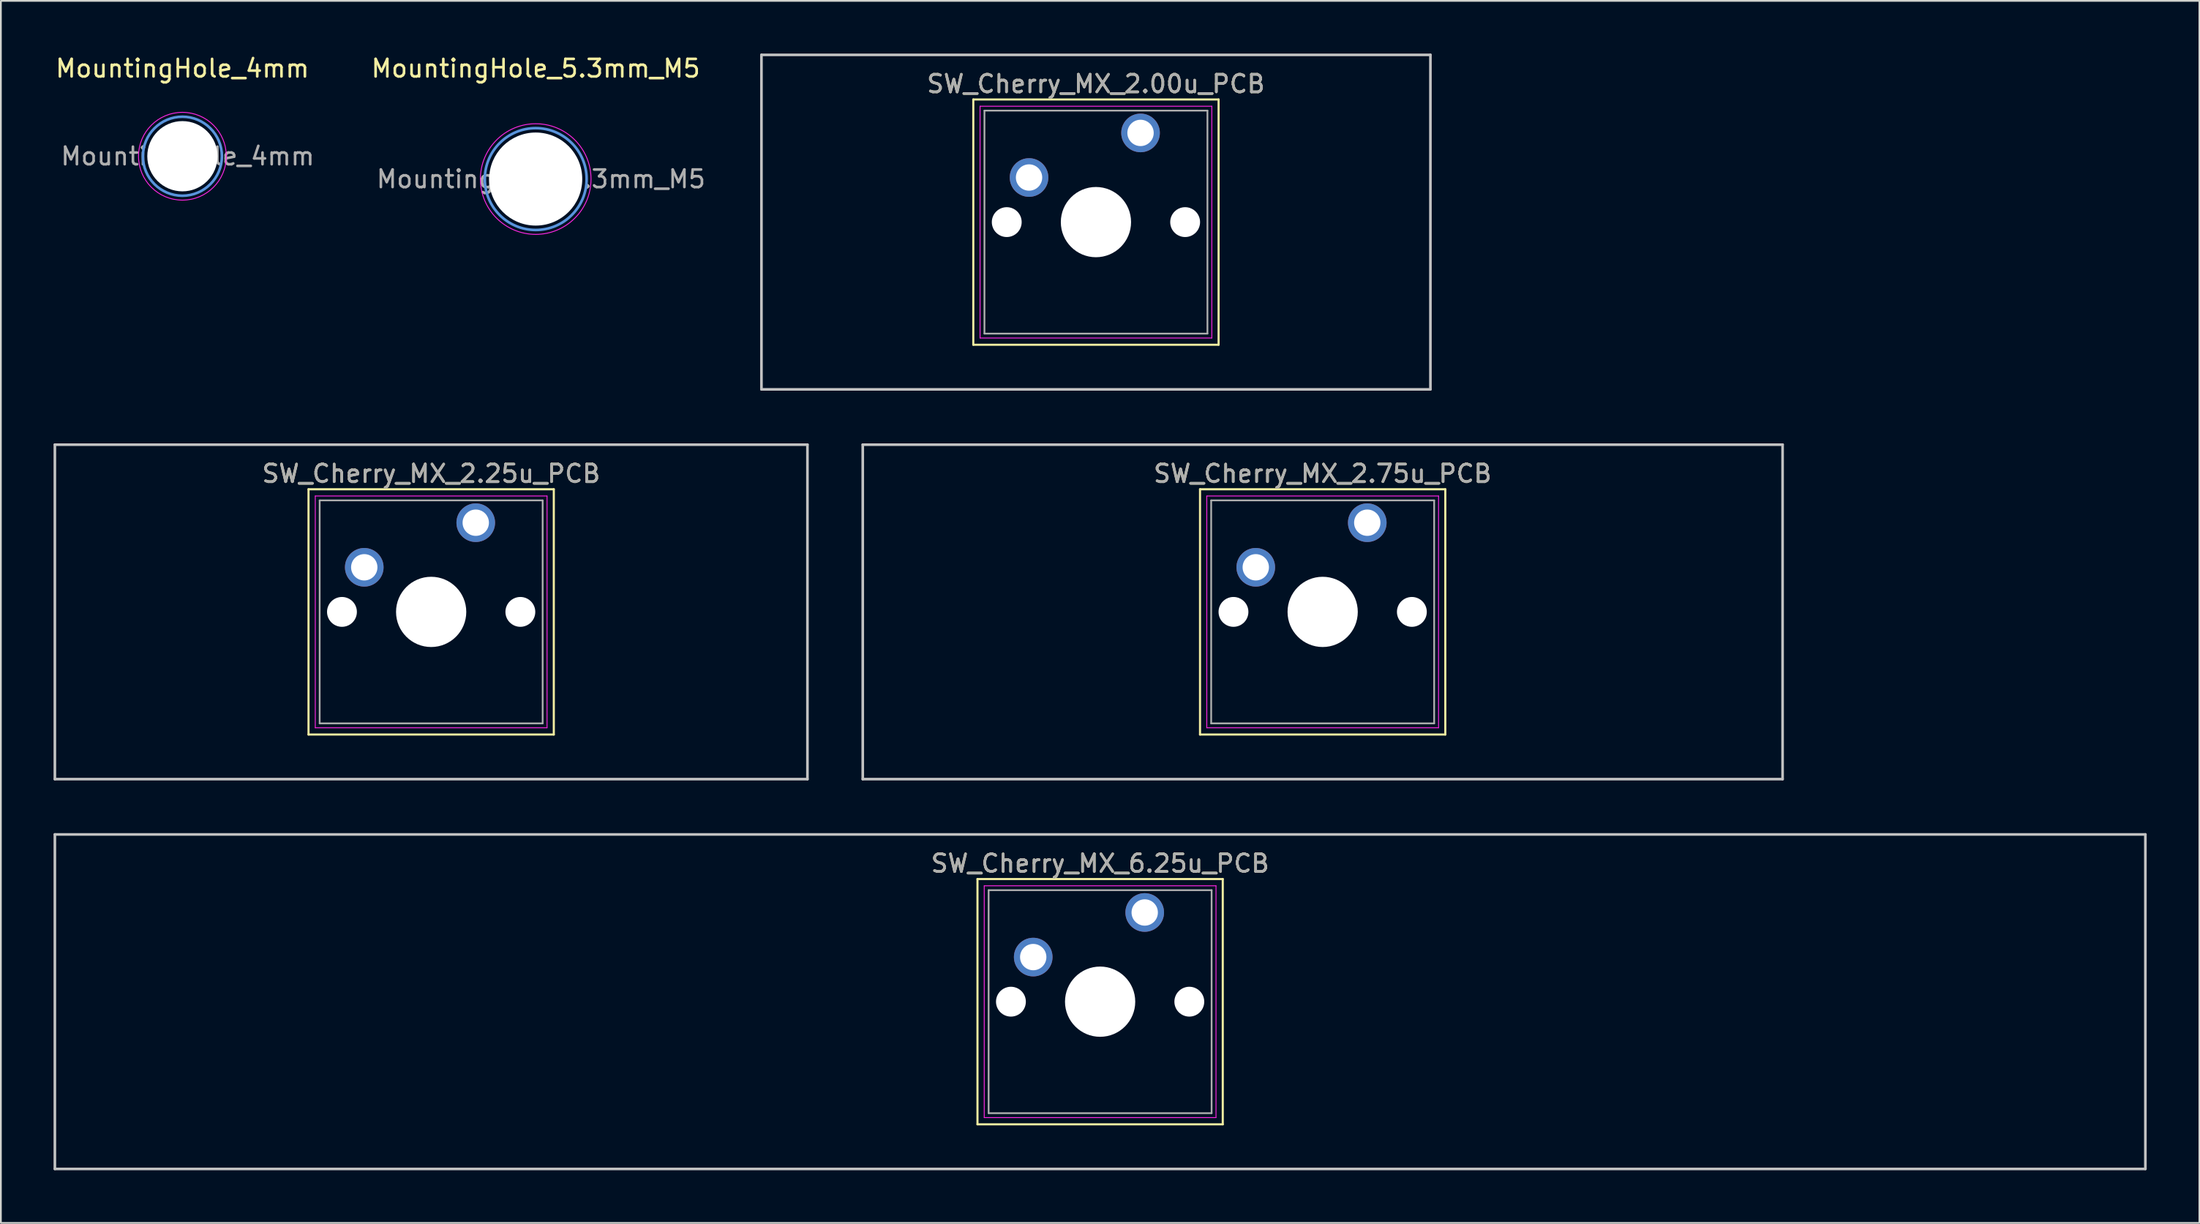
<source format=kicad_pcb>
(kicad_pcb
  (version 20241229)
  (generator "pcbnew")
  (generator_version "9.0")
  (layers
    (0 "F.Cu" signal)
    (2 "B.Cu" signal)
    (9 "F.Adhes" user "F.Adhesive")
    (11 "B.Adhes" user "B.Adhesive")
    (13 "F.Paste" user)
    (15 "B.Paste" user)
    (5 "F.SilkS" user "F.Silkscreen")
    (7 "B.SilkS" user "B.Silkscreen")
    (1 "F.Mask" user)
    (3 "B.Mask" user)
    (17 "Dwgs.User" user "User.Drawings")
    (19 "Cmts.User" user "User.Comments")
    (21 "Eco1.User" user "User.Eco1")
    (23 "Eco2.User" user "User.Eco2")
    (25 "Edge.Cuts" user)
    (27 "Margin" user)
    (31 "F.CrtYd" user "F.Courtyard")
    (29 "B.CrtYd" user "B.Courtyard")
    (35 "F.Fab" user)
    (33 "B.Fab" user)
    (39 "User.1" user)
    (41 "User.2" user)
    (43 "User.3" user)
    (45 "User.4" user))
  (footprint "MountingHole_5.3mm_M5"
    (layer "F.Cu")
    (at 27.461 7.148)
    (property "Reference" "MountingHole_5.3mm_M5" (at 0 -6.3 0) (layer "F.SilkS") (effects (font (size 1 1) (thickness 0.15))))
    (attr exclude_from_pos_files exclude_from_bom)
    (fp_circle (center 0 0) (end 2.9 0) (stroke (width 0.15) (type solid)) (fill no) (layer "Cmts.User"))
    (fp_circle (center 0 0) (end 3.15 0) (stroke (width 0.05) (type solid)) (fill no) (layer "F.CrtYd"))
    (fp_text user "${REFERENCE}" (at 0.3 0 0) (layer "F.Fab") (effects (font (size 1 1) (thickness 0.15))))
    (pad "" np_thru_hole circle (at 0 0) (size 5.3 5.3) (drill 5.3) (layers "*.Cu" "*.Mask")))
  (footprint "SW_Cherry_MX_2.00u_PCB"
    (layer "F.Cu")
    (at 61.908 4.52)
    (property "Reference" "SW_Cherry_MX_2.00u_PCB" (at -2.54 -2.794 0) (layer "F.SilkS") (effects (font (size 1 1) (thickness 0.15))))
    (attr through_hole)
    (fp_line (start -9.525 -1.905) (end 4.445 -1.905) (stroke (width 0.12) (type solid)) (layer "F.SilkS"))
    (fp_line (start -9.525 12.065) (end -9.525 -1.905) (stroke (width 0.12) (type solid)) (layer "F.SilkS"))
    (fp_line (start 4.445 -1.905) (end 4.445 12.065) (stroke (width 0.12) (type solid)) (layer "F.SilkS"))
    (fp_line (start 4.445 12.065) (end -9.525 12.065) (stroke (width 0.12) (type solid)) (layer "F.SilkS"))
    (fp_line (start -21.59 -4.445) (end 16.51 -4.445) (stroke (width 0.15) (type solid)) (layer "Dwgs.User"))
    (fp_line (start -21.59 14.605) (end -21.59 -4.445) (stroke (width 0.15) (type solid)) (layer "Dwgs.User"))
    (fp_line (start 16.51 -4.445) (end 16.51 14.605) (stroke (width 0.15) (type solid)) (layer "Dwgs.User"))
    (fp_line (start 16.51 14.605) (end -21.59 14.605) (stroke (width 0.15) (type solid)) (layer "Dwgs.User"))
    (fp_line (start -9.14 -1.52) (end 4.06 -1.52) (stroke (width 0.05) (type solid)) (layer "F.CrtYd"))
    (fp_line (start -9.14 11.68) (end -9.14 -1.52) (stroke (width 0.05) (type solid)) (layer "F.CrtYd"))
    (fp_line (start 4.06 -1.52) (end 4.06 11.68) (stroke (width 0.05) (type solid)) (layer "F.CrtYd"))
    (fp_line (start 4.06 11.68) (end -9.14 11.68) (stroke (width 0.05) (type solid)) (layer "F.CrtYd"))
    (fp_line (start -8.89 -1.27) (end 3.81 -1.27) (stroke (width 0.1) (type solid)) (layer "F.Fab"))
    (fp_line (start -8.89 11.43) (end -8.89 -1.27) (stroke (width 0.1) (type solid)) (layer "F.Fab"))
    (fp_line (start 3.81 -1.27) (end 3.81 11.43) (stroke (width 0.1) (type solid)) (layer "F.Fab"))
    (fp_line (start 3.81 11.43) (end -8.89 11.43) (stroke (width 0.1) (type solid)) (layer "F.Fab"))
    (fp_text user "${REFERENCE}" (at -2.54 -2.794 0) (layer "F.Fab") (effects (font (size 1 1) (thickness 0.15))))
    (pad "" np_thru_hole circle (at -7.62 5.08) (size 1.7 1.7) (drill 1.7) (layers "*.Cu" "*.Mask"))
    (pad "" np_thru_hole circle (at -2.54 5.08) (size 4 4) (drill 4) (layers "*.Cu" "*.Mask"))
    (pad "" np_thru_hole circle (at 2.54 5.08) (size 1.7 1.7) (drill 1.7) (layers "*.Cu" "*.Mask"))
    (pad "1" thru_hole circle (at 0 0) (size 2.2 2.2) (drill 1.5) (layers "*.Cu" "*.Mask"))
    (pad "2" thru_hole circle (at -6.35 2.54) (size 2.2 2.2) (drill 1.5) (layers "*.Cu" "*.Mask")))
  (footprint "SW_Cherry_MX_2.25u_PCB"
    (layer "F.Cu")
    (at 24.046 26.72)
    (property "Reference" "SW_Cherry_MX_2.25u_PCB" (at -2.54 -2.794 0) (layer "F.SilkS") (effects (font (size 1 1) (thickness 0.15))))
    (attr through_hole)
    (fp_line (start -9.525 -1.905) (end 4.445 -1.905) (stroke (width 0.12) (type solid)) (layer "F.SilkS"))
    (fp_line (start -9.525 12.065) (end -9.525 -1.905) (stroke (width 0.12) (type solid)) (layer "F.SilkS"))
    (fp_line (start 4.445 -1.905) (end 4.445 12.065) (stroke (width 0.12) (type solid)) (layer "F.SilkS"))
    (fp_line (start 4.445 12.065) (end -9.525 12.065) (stroke (width 0.12) (type solid)) (layer "F.SilkS"))
    (fp_line (start -23.971 -4.445) (end 18.891 -4.445) (stroke (width 0.15) (type solid)) (layer "Dwgs.User"))
    (fp_line (start -23.971 14.605) (end -23.971 -4.445) (stroke (width 0.15) (type solid)) (layer "Dwgs.User"))
    (fp_line (start 18.891 -4.445) (end 18.891 14.605) (stroke (width 0.15) (type solid)) (layer "Dwgs.User"))
    (fp_line (start 18.891 14.605) (end -23.971 14.605) (stroke (width 0.15) (type solid)) (layer "Dwgs.User"))
    (fp_line (start -9.14 -1.52) (end 4.06 -1.52) (stroke (width 0.05) (type solid)) (layer "F.CrtYd"))
    (fp_line (start -9.14 11.68) (end -9.14 -1.52) (stroke (width 0.05) (type solid)) (layer "F.CrtYd"))
    (fp_line (start 4.06 -1.52) (end 4.06 11.68) (stroke (width 0.05) (type solid)) (layer "F.CrtYd"))
    (fp_line (start 4.06 11.68) (end -9.14 11.68) (stroke (width 0.05) (type solid)) (layer "F.CrtYd"))
    (fp_line (start -8.89 -1.27) (end 3.81 -1.27) (stroke (width 0.1) (type solid)) (layer "F.Fab"))
    (fp_line (start -8.89 11.43) (end -8.89 -1.27) (stroke (width 0.1) (type solid)) (layer "F.Fab"))
    (fp_line (start 3.81 -1.27) (end 3.81 11.43) (stroke (width 0.1) (type solid)) (layer "F.Fab"))
    (fp_line (start 3.81 11.43) (end -8.89 11.43) (stroke (width 0.1) (type solid)) (layer "F.Fab"))
    (fp_text user "${REFERENCE}" (at -2.54 -2.794 0) (layer "F.Fab") (effects (font (size 1 1) (thickness 0.15))))
    (pad "" np_thru_hole circle (at -7.62 5.08) (size 1.7 1.7) (drill 1.7) (layers "*.Cu" "*.Mask"))
    (pad "" np_thru_hole circle (at -2.54 5.08) (size 4 4) (drill 4) (layers "*.Cu" "*.Mask"))
    (pad "" np_thru_hole circle (at 2.54 5.08) (size 1.7 1.7) (drill 1.7) (layers "*.Cu" "*.Mask"))
    (pad "1" thru_hole circle (at 0 0) (size 2.2 2.2) (drill 1.5) (layers "*.Cu" "*.Mask"))
    (pad "2" thru_hole circle (at -6.35 2.54) (size 2.2 2.2) (drill 1.5) (layers "*.Cu" "*.Mask")))
  (footprint "SW_Cherry_MX_6.25u_PCB"
    (layer "F.Cu")
    (at 62.146 48.92)
    (property "Reference" "SW_Cherry_MX_6.25u_PCB" (at -2.54 -2.794 0) (layer "F.SilkS") (effects (font (size 1 1) (thickness 0.15))))
    (attr through_hole)
    (fp_line (start -9.525 -1.905) (end 4.445 -1.905) (stroke (width 0.12) (type solid)) (layer "F.SilkS"))
    (fp_line (start -9.525 12.065) (end -9.525 -1.905) (stroke (width 0.12) (type solid)) (layer "F.SilkS"))
    (fp_line (start 4.445 -1.905) (end 4.445 12.065) (stroke (width 0.12) (type solid)) (layer "F.SilkS"))
    (fp_line (start 4.445 12.065) (end -9.525 12.065) (stroke (width 0.12) (type solid)) (layer "F.SilkS"))
    (fp_line (start -62.071 -4.445) (end 56.991 -4.445) (stroke (width 0.15) (type solid)) (layer "Dwgs.User"))
    (fp_line (start -62.071 14.605) (end -62.071 -4.445) (stroke (width 0.15) (type solid)) (layer "Dwgs.User"))
    (fp_line (start 56.991 -4.445) (end 56.991 14.605) (stroke (width 0.15) (type solid)) (layer "Dwgs.User"))
    (fp_line (start 56.991 14.605) (end -62.071 14.605) (stroke (width 0.15) (type solid)) (layer "Dwgs.User"))
    (fp_line (start -9.14 -1.52) (end 4.06 -1.52) (stroke (width 0.05) (type solid)) (layer "F.CrtYd"))
    (fp_line (start -9.14 11.68) (end -9.14 -1.52) (stroke (width 0.05) (type solid)) (layer "F.CrtYd"))
    (fp_line (start 4.06 -1.52) (end 4.06 11.68) (stroke (width 0.05) (type solid)) (layer "F.CrtYd"))
    (fp_line (start 4.06 11.68) (end -9.14 11.68) (stroke (width 0.05) (type solid)) (layer "F.CrtYd"))
    (fp_line (start -8.89 -1.27) (end 3.81 -1.27) (stroke (width 0.1) (type solid)) (layer "F.Fab"))
    (fp_line (start -8.89 11.43) (end -8.89 -1.27) (stroke (width 0.1) (type solid)) (layer "F.Fab"))
    (fp_line (start 3.81 -1.27) (end 3.81 11.43) (stroke (width 0.1) (type solid)) (layer "F.Fab"))
    (fp_line (start 3.81 11.43) (end -8.89 11.43) (stroke (width 0.1) (type solid)) (layer "F.Fab"))
    (fp_text user "${REFERENCE}" (at -2.54 -2.794 0) (layer "F.Fab") (effects (font (size 1 1) (thickness 0.15))))
    (pad "" np_thru_hole circle (at -7.62 5.08) (size 1.7 1.7) (drill 1.7) (layers "*.Cu" "*.Mask"))
    (pad "" np_thru_hole circle (at -2.54 5.08) (size 4 4) (drill 4) (layers "*.Cu" "*.Mask"))
    (pad "" np_thru_hole circle (at 2.54 5.08) (size 1.7 1.7) (drill 1.7) (layers "*.Cu" "*.Mask"))
    (pad "1" thru_hole circle (at 0 0) (size 2.2 2.2) (drill 1.5) (layers "*.Cu" "*.Mask"))
    (pad "2" thru_hole circle (at -6.35 2.54) (size 2.2 2.2) (drill 1.5) (layers "*.Cu" "*.Mask")))
  (footprint "SW_Cherry_MX_2.75u_PCB"
    (layer "F.Cu")
    (at 74.821 26.72)
    (property "Reference" "SW_Cherry_MX_2.75u_PCB" (at -2.54 -2.794 0) (layer "F.SilkS") (effects (font (size 1 1) (thickness 0.15))))
    (attr through_hole)
    (fp_line (start -9.525 -1.905) (end 4.445 -1.905) (stroke (width 0.12) (type solid)) (layer "F.SilkS"))
    (fp_line (start -9.525 12.065) (end -9.525 -1.905) (stroke (width 0.12) (type solid)) (layer "F.SilkS"))
    (fp_line (start 4.445 -1.905) (end 4.445 12.065) (stroke (width 0.12) (type solid)) (layer "F.SilkS"))
    (fp_line (start 4.445 12.065) (end -9.525 12.065) (stroke (width 0.12) (type solid)) (layer "F.SilkS"))
    (fp_line (start -28.734 -4.445) (end 23.654 -4.445) (stroke (width 0.15) (type solid)) (layer "Dwgs.User"))
    (fp_line (start -28.734 14.605) (end -28.734 -4.445) (stroke (width 0.15) (type solid)) (layer "Dwgs.User"))
    (fp_line (start 23.654 -4.445) (end 23.654 14.605) (stroke (width 0.15) (type solid)) (layer "Dwgs.User"))
    (fp_line (start 23.654 14.605) (end -28.734 14.605) (stroke (width 0.15) (type solid)) (layer "Dwgs.User"))
    (fp_line (start -9.14 -1.52) (end 4.06 -1.52) (stroke (width 0.05) (type solid)) (layer "F.CrtYd"))
    (fp_line (start -9.14 11.68) (end -9.14 -1.52) (stroke (width 0.05) (type solid)) (layer "F.CrtYd"))
    (fp_line (start 4.06 -1.52) (end 4.06 11.68) (stroke (width 0.05) (type solid)) (layer "F.CrtYd"))
    (fp_line (start 4.06 11.68) (end -9.14 11.68) (stroke (width 0.05) (type solid)) (layer "F.CrtYd"))
    (fp_line (start -8.89 -1.27) (end 3.81 -1.27) (stroke (width 0.1) (type solid)) (layer "F.Fab"))
    (fp_line (start -8.89 11.43) (end -8.89 -1.27) (stroke (width 0.1) (type solid)) (layer "F.Fab"))
    (fp_line (start 3.81 -1.27) (end 3.81 11.43) (stroke (width 0.1) (type solid)) (layer "F.Fab"))
    (fp_line (start 3.81 11.43) (end -8.89 11.43) (stroke (width 0.1) (type solid)) (layer "F.Fab"))
    (fp_text user "${REFERENCE}" (at -2.54 -2.794 0) (layer "F.Fab") (effects (font (size 1 1) (thickness 0.15))))
    (pad "" np_thru_hole circle (at -7.62 5.08) (size 1.7 1.7) (drill 1.7) (layers "*.Cu" "*.Mask"))
    (pad "" np_thru_hole circle (at -2.54 5.08) (size 4 4) (drill 4) (layers "*.Cu" "*.Mask"))
    (pad "" np_thru_hole circle (at 2.54 5.08) (size 1.7 1.7) (drill 1.7) (layers "*.Cu" "*.Mask"))
    (pad "1" thru_hole circle (at 0 0) (size 2.2 2.2) (drill 1.5) (layers "*.Cu" "*.Mask"))
    (pad "2" thru_hole circle (at -6.35 2.54) (size 2.2 2.2) (drill 1.5) (layers "*.Cu" "*.Mask")))
  (footprint "MountingHole_4mm"
    (layer "F.Cu")
    (at 7.339 5.848)
    (property "Reference" "MountingHole_4mm" (at 0 -5 0) (layer "F.SilkS") (effects (font (size 1 1) (thickness 0.15))))
    (attr exclude_from_pos_files exclude_from_bom)
    (fp_circle (center 0 0) (end 2.25 0) (stroke (width 0.15) (type solid)) (fill no) (layer "Cmts.User"))
    (fp_circle (center 0 0) (end 2.5 0) (stroke (width 0.05) (type solid)) (fill no) (layer "F.CrtYd"))
    (fp_text user "${REFERENCE}" (at 0.3 0 0) (layer "F.Fab") (effects (font (size 1 1) (thickness 0.15))))
    (pad "" np_thru_hole circle (at 0 0) (size 4 4) (drill 4) (layers "*.Cu" "*.Mask")))
  (gr_rect
    (start -3 -3)
    (end 122.213 66.6)
    (stroke (width 0.1) (type default))
    (fill no)
    (layer "Edge.Cuts")))
</source>
